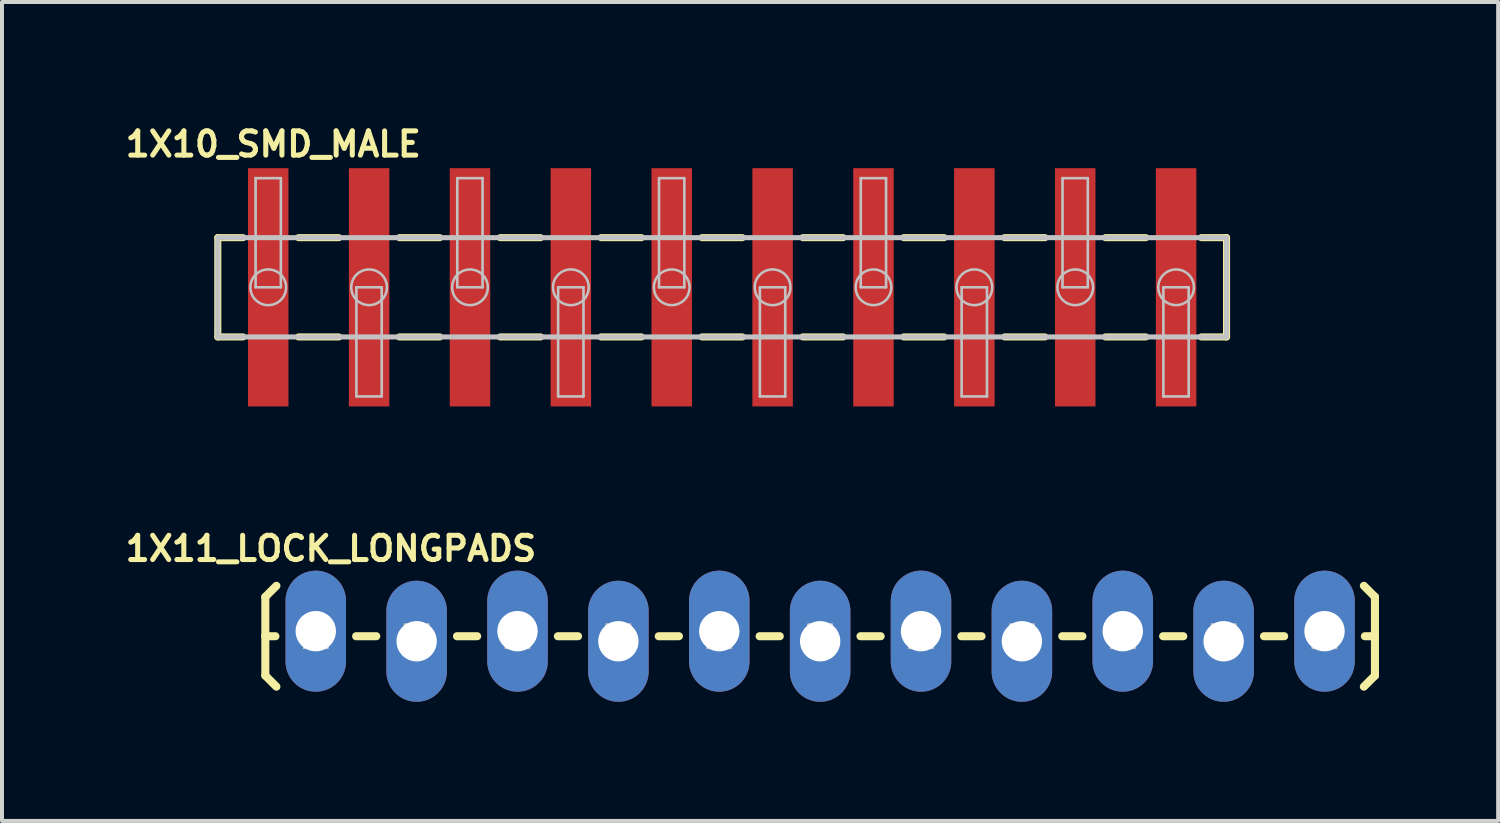
<source format=kicad_pcb>
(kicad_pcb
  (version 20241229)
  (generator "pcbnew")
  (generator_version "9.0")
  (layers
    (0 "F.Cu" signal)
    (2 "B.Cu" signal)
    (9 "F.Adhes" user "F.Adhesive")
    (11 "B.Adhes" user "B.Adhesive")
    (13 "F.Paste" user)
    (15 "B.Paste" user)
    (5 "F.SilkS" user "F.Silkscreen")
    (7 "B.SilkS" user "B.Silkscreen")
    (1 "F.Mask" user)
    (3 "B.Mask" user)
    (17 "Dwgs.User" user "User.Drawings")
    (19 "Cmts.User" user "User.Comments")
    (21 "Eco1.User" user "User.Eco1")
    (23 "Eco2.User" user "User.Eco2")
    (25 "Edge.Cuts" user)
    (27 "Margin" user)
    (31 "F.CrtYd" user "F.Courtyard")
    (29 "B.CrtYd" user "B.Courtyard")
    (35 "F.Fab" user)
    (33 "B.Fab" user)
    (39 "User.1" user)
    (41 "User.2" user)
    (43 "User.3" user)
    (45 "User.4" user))
  (footprint "1X10_SMD_MALE"
    (layer "F.Cu")
    (at 3.704 4.184)
    (property "Reference" "1X10_SMD_MALE" (at 0.127 -3.604 0) (layer "F.SilkS") (effects (font (size 0.61 0.61) (thickness 0.127))))
    (attr smd)
    (fp_line (start -1.27 -1.25) (end -1.27 1.25) (stroke (width 0.178) (type solid)) (layer "F.SilkS"))
    (fp_line (start -1.27 -1.25) (end -0.635 -1.25) (stroke (width 0.178) (type solid)) (layer "F.SilkS"))
    (fp_line (start -1.27 1.25) (end -0.635 1.25) (stroke (width 0.178) (type solid)) (layer "F.SilkS"))
    (fp_line (start 0.762 -1.25) (end 1.778 -1.25) (stroke (width 0.178) (type solid)) (layer "F.SilkS"))
    (fp_line (start 1.778 1.25) (end 0.762 1.25) (stroke (width 0.178) (type solid)) (layer "F.SilkS"))
    (fp_line (start 3.302 -1.25) (end 4.318 -1.25) (stroke (width 0.178) (type solid)) (layer "F.SilkS"))
    (fp_line (start 4.318 1.25) (end 3.302 1.25) (stroke (width 0.178) (type solid)) (layer "F.SilkS"))
    (fp_line (start 5.842 -1.25) (end 6.858 -1.25) (stroke (width 0.178) (type solid)) (layer "F.SilkS"))
    (fp_line (start 6.858 1.25) (end 5.842 1.25) (stroke (width 0.178) (type solid)) (layer "F.SilkS"))
    (fp_line (start 8.382 -1.25) (end 9.398 -1.25) (stroke (width 0.178) (type solid)) (layer "F.SilkS"))
    (fp_line (start 9.398 1.25) (end 8.382 1.25) (stroke (width 0.178) (type solid)) (layer "F.SilkS"))
    (fp_line (start 10.922 -1.25) (end 11.938 -1.25) (stroke (width 0.178) (type solid)) (layer "F.SilkS"))
    (fp_line (start 11.938 1.25) (end 10.922 1.25) (stroke (width 0.178) (type solid)) (layer "F.SilkS"))
    (fp_line (start 13.462 -1.25) (end 14.475 -1.25) (stroke (width 0.178) (type solid)) (layer "F.SilkS"))
    (fp_line (start 14.475 1.25) (end 13.462 1.25) (stroke (width 0.178) (type solid)) (layer "F.SilkS"))
    (fp_line (start 16.002 -1.25) (end 17.018 -1.25) (stroke (width 0.178) (type solid)) (layer "F.SilkS"))
    (fp_line (start 17.018 1.25) (end 16.002 1.25) (stroke (width 0.178) (type solid)) (layer "F.SilkS"))
    (fp_line (start 18.542 -1.25) (end 19.558 -1.25) (stroke (width 0.178) (type solid)) (layer "F.SilkS"))
    (fp_line (start 19.558 1.25) (end 18.542 1.25) (stroke (width 0.178) (type solid)) (layer "F.SilkS"))
    (fp_line (start 21.082 -1.25) (end 22.098 -1.25) (stroke (width 0.178) (type solid)) (layer "F.SilkS"))
    (fp_line (start 22.098 1.25) (end 21.082 1.25) (stroke (width 0.178) (type solid)) (layer "F.SilkS"))
    (fp_line (start 24.13 -1.25) (end 23.495 -1.25) (stroke (width 0.178) (type solid)) (layer "F.SilkS"))
    (fp_line (start 24.13 1.25) (end 23.495 1.25) (stroke (width 0.178) (type solid)) (layer "F.SilkS"))
    (fp_line (start 24.13 1.25) (end 24.13 -1.25) (stroke (width 0.178) (type solid)) (layer "F.SilkS"))
    (fp_line (start -1.27 -1.25) (end -1.27 1.25) (stroke (width 0.127) (type solid)) (layer "Dwgs.User"))
    (fp_line (start -1.27 1.25) (end 24.13 1.25) (stroke (width 0.127) (type solid)) (layer "Dwgs.User"))
    (fp_line (start -0.318 -2.748) (end 0.318 -2.748) (stroke (width 0.066) (type solid)) (layer "Dwgs.User"))
    (fp_line (start -0.318 0) (end -0.318 -2.748) (stroke (width 0.066) (type solid)) (layer "Dwgs.User"))
    (fp_line (start -0.318 0) (end 0.318 0) (stroke (width 0.066) (type solid)) (layer "Dwgs.User"))
    (fp_line (start 0.318 0) (end 0.318 -2.748) (stroke (width 0.066) (type solid)) (layer "Dwgs.User"))
    (fp_line (start 2.22 0) (end 2.857 0) (stroke (width 0.066) (type solid)) (layer "Dwgs.User"))
    (fp_line (start 2.22 2.748) (end 2.22 0) (stroke (width 0.066) (type solid)) (layer "Dwgs.User"))
    (fp_line (start 2.22 2.748) (end 2.857 2.748) (stroke (width 0.066) (type solid)) (layer "Dwgs.User"))
    (fp_line (start 2.857 2.748) (end 2.857 0) (stroke (width 0.066) (type solid)) (layer "Dwgs.User"))
    (fp_line (start 4.76 -2.748) (end 5.397 -2.748) (stroke (width 0.066) (type solid)) (layer "Dwgs.User"))
    (fp_line (start 4.76 0) (end 4.76 -2.748) (stroke (width 0.066) (type solid)) (layer "Dwgs.User"))
    (fp_line (start 4.76 0) (end 5.397 0) (stroke (width 0.066) (type solid)) (layer "Dwgs.User"))
    (fp_line (start 5.397 0) (end 5.397 -2.748) (stroke (width 0.066) (type solid)) (layer "Dwgs.User"))
    (fp_line (start 7.3 0) (end 7.938 0) (stroke (width 0.066) (type solid)) (layer "Dwgs.User"))
    (fp_line (start 7.3 2.748) (end 7.3 0) (stroke (width 0.066) (type solid)) (layer "Dwgs.User"))
    (fp_line (start 7.3 2.748) (end 7.938 2.748) (stroke (width 0.066) (type solid)) (layer "Dwgs.User"))
    (fp_line (start 7.938 2.748) (end 7.938 0) (stroke (width 0.066) (type solid)) (layer "Dwgs.User"))
    (fp_line (start 9.84 -2.748) (end 10.477 -2.748) (stroke (width 0.066) (type solid)) (layer "Dwgs.User"))
    (fp_line (start 9.84 0) (end 9.84 -2.748) (stroke (width 0.066) (type solid)) (layer "Dwgs.User"))
    (fp_line (start 9.84 0) (end 10.477 0) (stroke (width 0.066) (type solid)) (layer "Dwgs.User"))
    (fp_line (start 10.477 0) (end 10.477 -2.748) (stroke (width 0.066) (type solid)) (layer "Dwgs.User"))
    (fp_line (start 12.38 0) (end 13.018 0) (stroke (width 0.066) (type solid)) (layer "Dwgs.User"))
    (fp_line (start 12.38 2.748) (end 12.38 0) (stroke (width 0.066) (type solid)) (layer "Dwgs.User"))
    (fp_line (start 12.38 2.748) (end 13.018 2.748) (stroke (width 0.066) (type solid)) (layer "Dwgs.User"))
    (fp_line (start 13.018 2.748) (end 13.018 0) (stroke (width 0.066) (type solid)) (layer "Dwgs.User"))
    (fp_line (start 14.92 -2.748) (end 15.557 -2.748) (stroke (width 0.066) (type solid)) (layer "Dwgs.User"))
    (fp_line (start 14.92 0) (end 14.92 -2.748) (stroke (width 0.066) (type solid)) (layer "Dwgs.User"))
    (fp_line (start 14.92 0) (end 15.557 0) (stroke (width 0.066) (type solid)) (layer "Dwgs.User"))
    (fp_line (start 15.557 0) (end 15.557 -2.748) (stroke (width 0.066) (type solid)) (layer "Dwgs.User"))
    (fp_line (start 17.46 0) (end 18.098 0) (stroke (width 0.066) (type solid)) (layer "Dwgs.User"))
    (fp_line (start 17.46 2.748) (end 17.46 0) (stroke (width 0.066) (type solid)) (layer "Dwgs.User"))
    (fp_line (start 17.46 2.748) (end 18.098 2.748) (stroke (width 0.066) (type solid)) (layer "Dwgs.User"))
    (fp_line (start 18.098 2.748) (end 18.098 0) (stroke (width 0.066) (type solid)) (layer "Dwgs.User"))
    (fp_line (start 20 -2.748) (end 20.637 -2.748) (stroke (width 0.066) (type solid)) (layer "Dwgs.User"))
    (fp_line (start 20 0) (end 20 -2.748) (stroke (width 0.066) (type solid)) (layer "Dwgs.User"))
    (fp_line (start 20 0) (end 20.637 0) (stroke (width 0.066) (type solid)) (layer "Dwgs.User"))
    (fp_line (start 20.637 0) (end 20.637 -2.748) (stroke (width 0.066) (type solid)) (layer "Dwgs.User"))
    (fp_line (start 22.54 0) (end 23.177 0) (stroke (width 0.066) (type solid)) (layer "Dwgs.User"))
    (fp_line (start 22.54 2.748) (end 22.54 0) (stroke (width 0.066) (type solid)) (layer "Dwgs.User"))
    (fp_line (start 22.54 2.748) (end 23.177 2.748) (stroke (width 0.066) (type solid)) (layer "Dwgs.User"))
    (fp_line (start 23.177 2.748) (end 23.177 0) (stroke (width 0.066) (type solid)) (layer "Dwgs.User"))
    (fp_line (start 24.13 -1.25) (end -1.27 -1.25) (stroke (width 0.127) (type solid)) (layer "Dwgs.User"))
    (fp_line (start 24.13 1.25) (end 24.13 -1.25) (stroke (width 0.127) (type solid)) (layer "Dwgs.User"))
    (fp_circle (center 0 0) (end -0.318 0.318) (stroke (width 0.064) (type solid)) (fill no) (layer "Dwgs.User"))
    (fp_circle (center 2.54 0) (end 2.857 0.318) (stroke (width 0.064) (type solid)) (fill no) (layer "Dwgs.User"))
    (fp_circle (center 5.08 0) (end 5.397 0.318) (stroke (width 0.064) (type solid)) (fill no) (layer "Dwgs.User"))
    (fp_circle (center 7.62 0) (end 7.938 0.318) (stroke (width 0.064) (type solid)) (fill no) (layer "Dwgs.User"))
    (fp_circle (center 10.16 0) (end 10.477 0.318) (stroke (width 0.064) (type solid)) (fill no) (layer "Dwgs.User"))
    (fp_circle (center 12.7 0) (end 13.018 0.318) (stroke (width 0.064) (type solid)) (fill no) (layer "Dwgs.User"))
    (fp_circle (center 15.24 0) (end 15.557 0.318) (stroke (width 0.064) (type solid)) (fill no) (layer "Dwgs.User"))
    (fp_circle (center 17.78 0) (end 18.098 0.318) (stroke (width 0.064) (type solid)) (fill no) (layer "Dwgs.User"))
    (fp_circle (center 20.32 0) (end 20.637 0.318) (stroke (width 0.064) (type solid)) (fill no) (layer "Dwgs.User"))
    (fp_circle (center 22.86 0) (end 23.177 0.318) (stroke (width 0.064) (type solid)) (fill no) (layer "Dwgs.User"))
    (pad "1" smd rect (at 0 0) (size 1.019 5.999) (layers "F.Cu" "F.Mask" "F.Paste"))
    (pad "2" smd rect (at 2.54 0) (size 1.019 5.999) (layers "F.Cu" "F.Mask" "F.Paste"))
    (pad "3" smd rect (at 5.08 0) (size 1.019 5.999) (layers "F.Cu" "F.Mask" "F.Paste"))
    (pad "4" smd rect (at 7.62 0) (size 1.019 5.999) (layers "F.Cu" "F.Mask" "F.Paste"))
    (pad "5" smd rect (at 10.16 0) (size 1.019 5.999) (layers "F.Cu" "F.Mask" "F.Paste"))
    (pad "6" smd rect (at 12.7 0) (size 1.019 5.999) (layers "F.Cu" "F.Mask" "F.Paste"))
    (pad "7" smd rect (at 15.24 0) (size 1.019 5.999) (layers "F.Cu" "F.Mask" "F.Paste"))
    (pad "8" smd rect (at 17.78 0) (size 1.019 5.999) (layers "F.Cu" "F.Mask" "F.Paste"))
    (pad "9" smd rect (at 20.32 0) (size 1.019 5.999) (layers "F.Cu" "F.Mask" "F.Paste"))
    (pad "10" smd rect (at 22.86 0) (size 1.019 5.999) (layers "F.Cu" "F.Mask" "F.Paste")))
  (footprint "1X11_LOCK_LONGPADS"
    (layer "F.Cu")
    (at 4.901 12.97)
    (property "Reference" "1X11_LOCK_LONGPADS" (at 0.381 -2.207 0) (layer "F.SilkS") (effects (font (size 0.61 0.61) (thickness 0.127))))
    (attr exclude_from_pos_files exclude_from_bom)
    (fp_line (start -1.27 -0.991) (end -0.991 -1.27) (stroke (width 0.203) (type solid)) (layer "F.SilkS"))
    (fp_line (start -1.27 0) (end -1.27 -0.991) (stroke (width 0.203) (type solid)) (layer "F.SilkS"))
    (fp_line (start -1.27 0) (end -1.27 0.991) (stroke (width 0.203) (type solid)) (layer "F.SilkS"))
    (fp_line (start -1.27 0) (end -1.016 0) (stroke (width 0.203) (type solid)) (layer "F.SilkS"))
    (fp_line (start -1.27 0.991) (end -0.991 1.27) (stroke (width 0.203) (type solid)) (layer "F.SilkS"))
    (fp_line (start 1.524 0) (end 1.016 0) (stroke (width 0.203) (type solid)) (layer "F.SilkS"))
    (fp_line (start 4.064 0) (end 3.556 0) (stroke (width 0.203) (type solid)) (layer "F.SilkS"))
    (fp_line (start 6.604 0) (end 6.096 0) (stroke (width 0.203) (type solid)) (layer "F.SilkS"))
    (fp_line (start 9.144 0) (end 8.636 0) (stroke (width 0.203) (type solid)) (layer "F.SilkS"))
    (fp_line (start 11.684 0) (end 11.176 0) (stroke (width 0.203) (type solid)) (layer "F.SilkS"))
    (fp_line (start 14.224 0) (end 13.716 0) (stroke (width 0.203) (type solid)) (layer "F.SilkS"))
    (fp_line (start 16.764 0) (end 16.256 0) (stroke (width 0.203) (type solid)) (layer "F.SilkS"))
    (fp_line (start 19.304 0) (end 18.796 0) (stroke (width 0.203) (type solid)) (layer "F.SilkS"))
    (fp_line (start 21.844 0) (end 21.336 0) (stroke (width 0.203) (type solid)) (layer "F.SilkS"))
    (fp_line (start 24.384 0) (end 23.876 0) (stroke (width 0.203) (type solid)) (layer "F.SilkS"))
    (fp_line (start 26.67 -0.991) (end 26.391 -1.27) (stroke (width 0.203) (type solid)) (layer "F.SilkS"))
    (fp_line (start 26.67 0) (end 26.416 0) (stroke (width 0.203) (type solid)) (layer "F.SilkS"))
    (fp_line (start 26.67 0) (end 26.67 -0.991) (stroke (width 0.203) (type solid)) (layer "F.SilkS"))
    (fp_line (start 26.67 0) (end 26.67 0.991) (stroke (width 0.203) (type solid)) (layer "F.SilkS"))
    (fp_line (start 26.67 0.991) (end 26.391 1.27) (stroke (width 0.203) (type solid)) (layer "F.SilkS"))
    (fp_line (start -0.292 -0.292) (end 0.292 -0.292) (stroke (width 0.066) (type solid)) (layer "Dwgs.User"))
    (fp_line (start -0.292 0.292) (end -0.292 -0.292) (stroke (width 0.066) (type solid)) (layer "Dwgs.User"))
    (fp_line (start -0.292 0.292) (end 0.292 0.292) (stroke (width 0.066) (type solid)) (layer "Dwgs.User"))
    (fp_line (start 0.292 0.292) (end 0.292 -0.292) (stroke (width 0.066) (type solid)) (layer "Dwgs.User"))
    (fp_line (start 2.248 -0.292) (end 2.832 -0.292) (stroke (width 0.066) (type solid)) (layer "Dwgs.User"))
    (fp_line (start 2.248 0.292) (end 2.248 -0.292) (stroke (width 0.066) (type solid)) (layer "Dwgs.User"))
    (fp_line (start 2.248 0.292) (end 2.832 0.292) (stroke (width 0.066) (type solid)) (layer "Dwgs.User"))
    (fp_line (start 2.832 0.292) (end 2.832 -0.292) (stroke (width 0.066) (type solid)) (layer "Dwgs.User"))
    (fp_line (start 4.788 -0.292) (end 5.372 -0.292) (stroke (width 0.066) (type solid)) (layer "Dwgs.User"))
    (fp_line (start 4.788 0.292) (end 4.788 -0.292) (stroke (width 0.066) (type solid)) (layer "Dwgs.User"))
    (fp_line (start 4.788 0.292) (end 5.372 0.292) (stroke (width 0.066) (type solid)) (layer "Dwgs.User"))
    (fp_line (start 5.372 0.292) (end 5.372 -0.292) (stroke (width 0.066) (type solid)) (layer "Dwgs.User"))
    (fp_line (start 7.328 -0.292) (end 7.912 -0.292) (stroke (width 0.066) (type solid)) (layer "Dwgs.User"))
    (fp_line (start 7.328 0.292) (end 7.328 -0.292) (stroke (width 0.066) (type solid)) (layer "Dwgs.User"))
    (fp_line (start 7.328 0.292) (end 7.912 0.292) (stroke (width 0.066) (type solid)) (layer "Dwgs.User"))
    (fp_line (start 7.912 0.292) (end 7.912 -0.292) (stroke (width 0.066) (type solid)) (layer "Dwgs.User"))
    (fp_line (start 9.868 -0.292) (end 10.452 -0.292) (stroke (width 0.066) (type solid)) (layer "Dwgs.User"))
    (fp_line (start 9.868 0.292) (end 9.868 -0.292) (stroke (width 0.066) (type solid)) (layer "Dwgs.User"))
    (fp_line (start 9.868 0.292) (end 10.452 0.292) (stroke (width 0.066) (type solid)) (layer "Dwgs.User"))
    (fp_line (start 10.452 0.292) (end 10.452 -0.292) (stroke (width 0.066) (type solid)) (layer "Dwgs.User"))
    (fp_line (start 12.408 -0.292) (end 12.992 -0.292) (stroke (width 0.066) (type solid)) (layer "Dwgs.User"))
    (fp_line (start 12.408 0.292) (end 12.408 -0.292) (stroke (width 0.066) (type solid)) (layer "Dwgs.User"))
    (fp_line (start 12.408 0.292) (end 12.992 0.292) (stroke (width 0.066) (type solid)) (layer "Dwgs.User"))
    (fp_line (start 12.992 0.292) (end 12.992 -0.292) (stroke (width 0.066) (type solid)) (layer "Dwgs.User"))
    (fp_line (start 14.948 -0.292) (end 15.532 -0.292) (stroke (width 0.066) (type solid)) (layer "Dwgs.User"))
    (fp_line (start 14.948 0.292) (end 14.948 -0.292) (stroke (width 0.066) (type solid)) (layer "Dwgs.User"))
    (fp_line (start 14.948 0.292) (end 15.532 0.292) (stroke (width 0.066) (type solid)) (layer "Dwgs.User"))
    (fp_line (start 15.532 0.292) (end 15.532 -0.292) (stroke (width 0.066) (type solid)) (layer "Dwgs.User"))
    (fp_line (start 17.488 -0.292) (end 18.072 -0.292) (stroke (width 0.066) (type solid)) (layer "Dwgs.User"))
    (fp_line (start 17.488 0.292) (end 17.488 -0.292) (stroke (width 0.066) (type solid)) (layer "Dwgs.User"))
    (fp_line (start 17.488 0.292) (end 18.072 0.292) (stroke (width 0.066) (type solid)) (layer "Dwgs.User"))
    (fp_line (start 18.072 0.292) (end 18.072 -0.292) (stroke (width 0.066) (type solid)) (layer "Dwgs.User"))
    (fp_line (start 20.028 -0.292) (end 20.612 -0.292) (stroke (width 0.066) (type solid)) (layer "Dwgs.User"))
    (fp_line (start 20.028 0.292) (end 20.028 -0.292) (stroke (width 0.066) (type solid)) (layer "Dwgs.User"))
    (fp_line (start 20.028 0.292) (end 20.612 0.292) (stroke (width 0.066) (type solid)) (layer "Dwgs.User"))
    (fp_line (start 20.612 0.292) (end 20.612 -0.292) (stroke (width 0.066) (type solid)) (layer "Dwgs.User"))
    (fp_line (start 22.568 -0.292) (end 23.152 -0.292) (stroke (width 0.066) (type solid)) (layer "Dwgs.User"))
    (fp_line (start 22.568 0.292) (end 22.568 -0.292) (stroke (width 0.066) (type solid)) (layer "Dwgs.User"))
    (fp_line (start 22.568 0.292) (end 23.152 0.292) (stroke (width 0.066) (type solid)) (layer "Dwgs.User"))
    (fp_line (start 23.152 0.292) (end 23.152 -0.292) (stroke (width 0.066) (type solid)) (layer "Dwgs.User"))
    (fp_line (start 25.108 -0.292) (end 25.692 -0.292) (stroke (width 0.066) (type solid)) (layer "Dwgs.User"))
    (fp_line (start 25.108 0.292) (end 25.108 -0.292) (stroke (width 0.066) (type solid)) (layer "Dwgs.User"))
    (fp_line (start 25.108 0.292) (end 25.692 0.292) (stroke (width 0.066) (type solid)) (layer "Dwgs.User"))
    (fp_line (start 25.692 0.292) (end 25.692 -0.292) (stroke (width 0.066) (type solid)) (layer "Dwgs.User"))
    (pad "1" thru_hole oval (at 0 -0.127 180) (size 1.524 3.048) (drill 1.016) (layers "*.Cu" "*.Paste" "*.Mask"))
    (pad "2" thru_hole oval (at 2.54 0.127 180) (size 1.524 3.048) (drill 1.016) (layers "*.Cu" "*.Paste" "*.Mask"))
    (pad "3" thru_hole oval (at 5.08 -0.127 180) (size 1.524 3.048) (drill 1.016) (layers "*.Cu" "*.Paste" "*.Mask"))
    (pad "4" thru_hole oval (at 7.62 0.127 180) (size 1.524 3.048) (drill 1.016) (layers "*.Cu" "*.Paste" "*.Mask"))
    (pad "5" thru_hole oval (at 10.16 -0.127 180) (size 1.524 3.048) (drill 1.016) (layers "*.Cu" "*.Paste" "*.Mask"))
    (pad "6" thru_hole oval (at 12.7 0.127 180) (size 1.524 3.048) (drill 1.016) (layers "*.Cu" "*.Paste" "*.Mask"))
    (pad "7" thru_hole oval (at 15.24 -0.127 180) (size 1.524 3.048) (drill 1.016) (layers "*.Cu" "*.Paste" "*.Mask"))
    (pad "8" thru_hole oval (at 17.78 0.127 180) (size 1.524 3.048) (drill 1.016) (layers "*.Cu" "*.Paste" "*.Mask"))
    (pad "9" thru_hole oval (at 20.32 -0.127 180) (size 1.524 3.048) (drill 1.016) (layers "*.Cu" "*.Paste" "*.Mask"))
    (pad "10" thru_hole oval (at 22.86 0.127 180) (size 1.524 3.048) (drill 1.016) (layers "*.Cu" "*.Paste" "*.Mask"))
    (pad "11" thru_hole oval (at 25.4 -0.127 180) (size 1.524 3.048) (drill 1.016) (layers "*.Cu" "*.Paste" "*.Mask")))
  (gr_rect
    (start -3 -3)
    (end 34.673 17.621)
    (stroke (width 0.1) (type default))
    (fill no)
    (layer "Edge.Cuts")))
</source>
